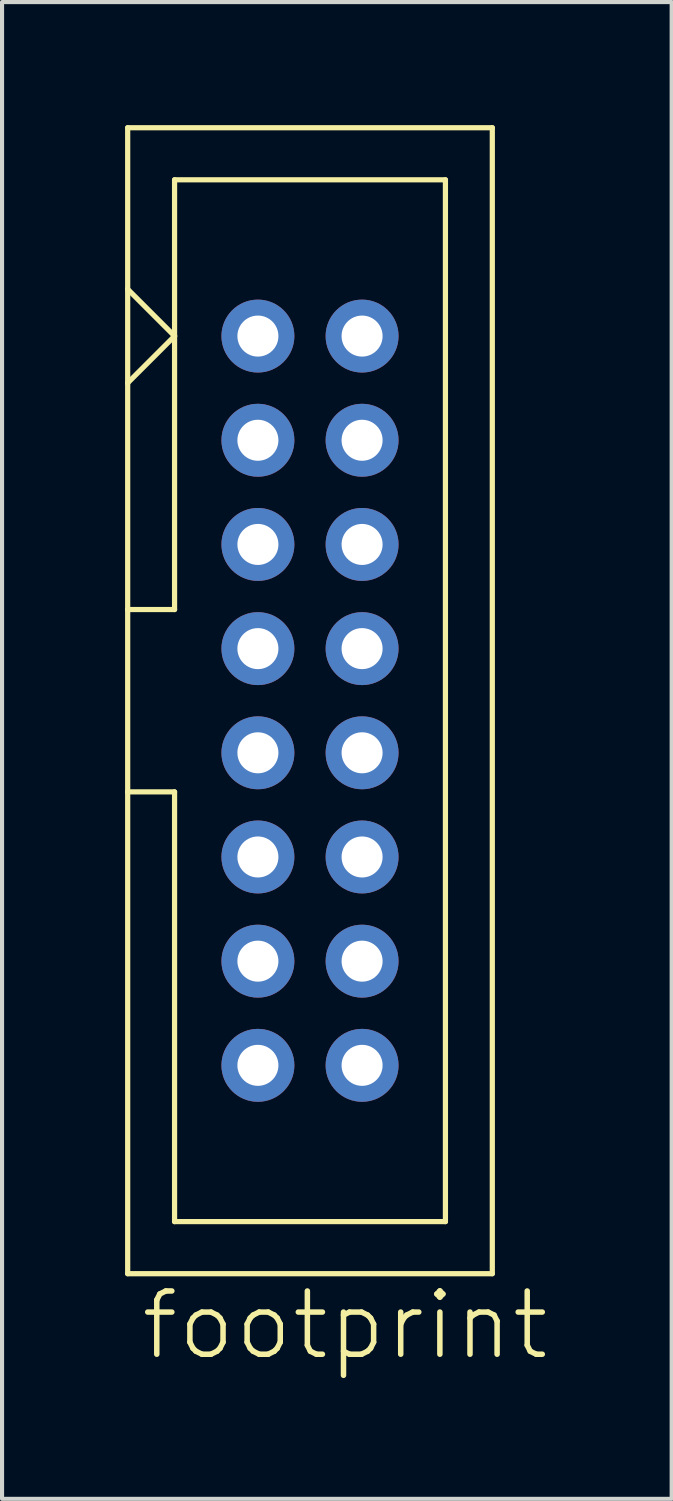
<source format=kicad_pcb>
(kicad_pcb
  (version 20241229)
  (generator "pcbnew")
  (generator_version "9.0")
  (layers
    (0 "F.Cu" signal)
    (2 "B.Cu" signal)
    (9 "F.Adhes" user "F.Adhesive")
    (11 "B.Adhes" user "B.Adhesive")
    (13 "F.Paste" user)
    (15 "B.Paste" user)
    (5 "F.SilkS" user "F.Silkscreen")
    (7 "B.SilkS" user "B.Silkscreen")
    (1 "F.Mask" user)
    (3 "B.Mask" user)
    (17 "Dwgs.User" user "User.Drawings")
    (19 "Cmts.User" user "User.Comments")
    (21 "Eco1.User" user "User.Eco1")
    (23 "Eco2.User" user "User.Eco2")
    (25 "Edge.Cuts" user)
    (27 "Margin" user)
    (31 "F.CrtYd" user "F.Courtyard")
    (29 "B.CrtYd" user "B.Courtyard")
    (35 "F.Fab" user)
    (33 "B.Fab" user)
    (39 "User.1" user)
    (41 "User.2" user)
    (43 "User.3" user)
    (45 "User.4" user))
  (footprint "footprint"
    (layer "F.Cu")
    (at 4.508 14.034)
    (property "Reference" "footprint" (at -4.191 16.129 0) (layer "F.SilkS") (effects (font (size 1.542 1.542) (thickness 0.134)) (justify left bottom)))
    (fp_line (start -4.445 -13.97) (end 4.445 -13.97) (stroke (width 0.127) (type solid)) (layer "F.SilkS"))
    (fp_line (start -4.445 -10.033) (end -4.445 -13.97) (stroke (width 0.127) (type solid)) (layer "F.SilkS"))
    (fp_line (start -4.445 -10.033) (end -3.302 -8.89) (stroke (width 0.127) (type solid)) (layer "F.SilkS"))
    (fp_line (start -4.445 -7.747) (end -4.445 -10.033) (stroke (width 0.127) (type solid)) (layer "F.SilkS"))
    (fp_line (start -4.445 -2.223) (end -4.445 -7.747) (stroke (width 0.127) (type solid)) (layer "F.SilkS"))
    (fp_line (start -4.445 -2.223) (end -3.302 -2.223) (stroke (width 0.127) (type solid)) (layer "F.SilkS"))
    (fp_line (start -4.445 2.223) (end -4.445 -2.223) (stroke (width 0.127) (type solid)) (layer "F.SilkS"))
    (fp_line (start -4.445 13.97) (end -4.445 2.223) (stroke (width 0.127) (type solid)) (layer "F.SilkS"))
    (fp_line (start -3.302 -12.7) (end 3.302 -12.7) (stroke (width 0.127) (type solid)) (layer "F.SilkS"))
    (fp_line (start -3.302 -8.89) (end -4.445 -7.747) (stroke (width 0.127) (type solid)) (layer "F.SilkS"))
    (fp_line (start -3.302 -8.89) (end -3.302 -12.7) (stroke (width 0.127) (type solid)) (layer "F.SilkS"))
    (fp_line (start -3.302 -2.223) (end -3.302 -8.89) (stroke (width 0.127) (type solid)) (layer "F.SilkS"))
    (fp_line (start -3.302 2.223) (end -4.445 2.223) (stroke (width 0.127) (type solid)) (layer "F.SilkS"))
    (fp_line (start -3.302 12.7) (end -3.302 2.223) (stroke (width 0.127) (type solid)) (layer "F.SilkS"))
    (fp_line (start 3.302 -12.7) (end 3.302 12.7) (stroke (width 0.127) (type solid)) (layer "F.SilkS"))
    (fp_line (start 3.302 12.7) (end -3.302 12.7) (stroke (width 0.127) (type solid)) (layer "F.SilkS"))
    (fp_line (start 4.445 -13.97) (end 4.445 13.97) (stroke (width 0.127) (type solid)) (layer "F.SilkS"))
    (fp_line (start 4.445 13.97) (end -4.445 13.97) (stroke (width 0.127) (type solid)) (layer "F.SilkS"))
    (pad "1" thru_hole circle (at -1.27 -8.89) (size 1.778 1.778) (drill 1) (layers "*.Cu" "*.Mask"))
    (pad "2" thru_hole circle (at 1.27 -8.89) (size 1.778 1.778) (drill 1) (layers "*.Cu" "*.Mask"))
    (pad "3" thru_hole circle (at -1.27 -6.35) (size 1.778 1.778) (drill 1) (layers "*.Cu" "*.Mask"))
    (pad "4" thru_hole circle (at 1.27 -6.35) (size 1.778 1.778) (drill 1) (layers "*.Cu" "*.Mask"))
    (pad "5" thru_hole circle (at -1.27 -3.81) (size 1.778 1.778) (drill 1) (layers "*.Cu" "*.Mask"))
    (pad "6" thru_hole circle (at 1.27 -3.81) (size 1.778 1.778) (drill 1) (layers "*.Cu" "*.Mask"))
    (pad "7" thru_hole circle (at -1.27 -1.27) (size 1.778 1.778) (drill 1) (layers "*.Cu" "*.Mask"))
    (pad "8" thru_hole circle (at 1.27 -1.27) (size 1.778 1.778) (drill 1) (layers "*.Cu" "*.Mask"))
    (pad "9" thru_hole circle (at -1.27 1.27) (size 1.778 1.778) (drill 1) (layers "*.Cu" "*.Mask"))
    (pad "10" thru_hole circle (at 1.27 1.27) (size 1.778 1.778) (drill 1) (layers "*.Cu" "*.Mask"))
    (pad "11" thru_hole circle (at -1.27 3.81) (size 1.778 1.778) (drill 1) (layers "*.Cu" "*.Mask"))
    (pad "12" thru_hole circle (at 1.27 3.81) (size 1.778 1.778) (drill 1) (layers "*.Cu" "*.Mask"))
    (pad "13" thru_hole circle (at -1.27 6.35) (size 1.778 1.778) (drill 1) (layers "*.Cu" "*.Mask"))
    (pad "14" thru_hole circle (at 1.27 6.35) (size 1.778 1.778) (drill 1) (layers "*.Cu" "*.Mask"))
    (pad "15" thru_hole circle (at -1.27 8.89) (size 1.778 1.778) (drill 1) (layers "*.Cu" "*.Mask"))
    (pad "16" thru_hole circle (at 1.27 8.89) (size 1.778 1.778) (drill 1) (layers "*.Cu" "*.Mask")))
  (gr_rect
    (start -3 -3)
    (end 13.326 33.493)
    (stroke (width 0.1) (type default))
    (fill no)
    (layer "Edge.Cuts")))
</source>
